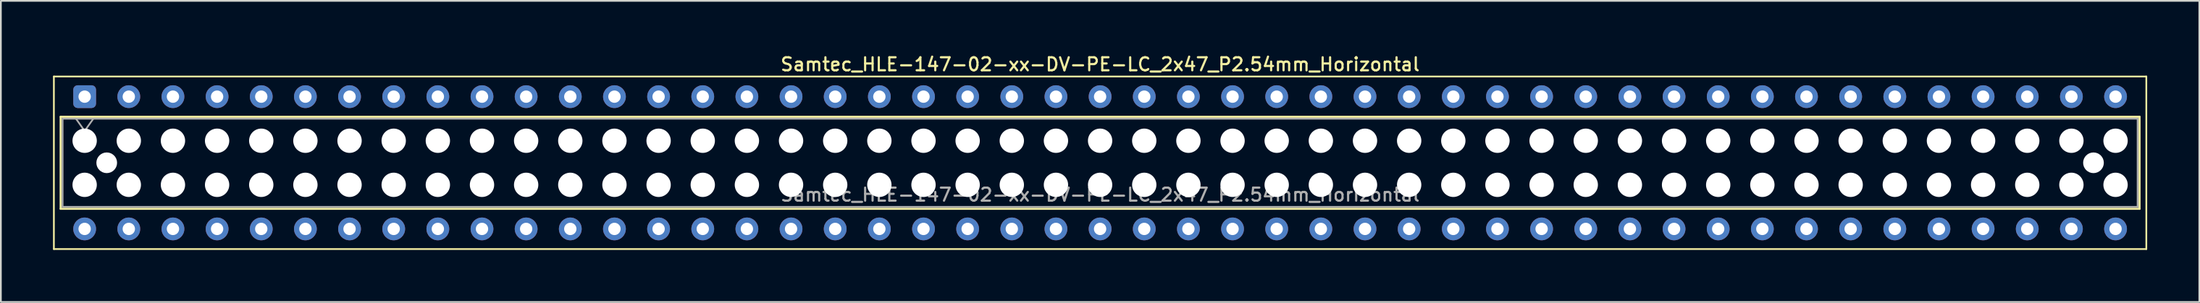
<source format=kicad_pcb>
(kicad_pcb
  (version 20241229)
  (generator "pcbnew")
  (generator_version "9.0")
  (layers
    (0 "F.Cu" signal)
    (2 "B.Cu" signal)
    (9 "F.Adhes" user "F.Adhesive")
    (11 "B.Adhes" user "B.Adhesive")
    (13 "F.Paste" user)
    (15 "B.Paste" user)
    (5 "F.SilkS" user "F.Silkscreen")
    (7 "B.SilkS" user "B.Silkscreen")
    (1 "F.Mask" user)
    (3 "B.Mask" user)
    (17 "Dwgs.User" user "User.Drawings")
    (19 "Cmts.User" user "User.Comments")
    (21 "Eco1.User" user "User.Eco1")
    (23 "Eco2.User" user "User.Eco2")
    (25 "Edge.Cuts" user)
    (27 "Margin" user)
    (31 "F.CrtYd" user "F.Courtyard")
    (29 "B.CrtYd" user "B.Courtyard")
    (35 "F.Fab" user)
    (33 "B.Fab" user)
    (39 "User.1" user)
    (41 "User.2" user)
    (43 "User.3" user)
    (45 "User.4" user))
  (footprint "Samtec_HLE-147-02-xx-DV-PE-LC_2x47_P2.54mm_Horizontal"
    (layer "F.Cu")
    (at 1.82 2.518)
    (property "Reference" "Samtec_HLE-147-02-xx-DV-PE-LC_2x47_P2.54mm_Horizontal" (at 58.42 -1.86 0) (layer "F.SilkS") (effects (font (size 0.75 0.75) (thickness 0.125))))
    (attr through_hole)
    (fp_line (start -1.77 -1.16) (end 118.61 -1.16) (stroke (width 0.1) (type solid)) (layer "F.SilkS"))
    (fp_line (start -1.77 8.78) (end -1.77 -1.16) (stroke (width 0.1) (type solid)) (layer "F.SilkS"))
    (fp_line (start -1.38 1.16) (end 118.22 1.16) (stroke (width 0.12) (type solid)) (layer "F.SilkS"))
    (fp_line (start -1.38 6.46) (end -1.38 1.16) (stroke (width 0.12) (type solid)) (layer "F.SilkS"))
    (fp_line (start 118.22 1.16) (end 118.22 6.46) (stroke (width 0.12) (type solid)) (layer "F.SilkS"))
    (fp_line (start 118.22 6.46) (end -1.38 6.46) (stroke (width 0.12) (type solid)) (layer "F.SilkS"))
    (fp_line (start 118.61 -1.16) (end 118.61 8.78) (stroke (width 0.1) (type solid)) (layer "F.SilkS"))
    (fp_line (start 118.61 8.78) (end -1.77 8.78) (stroke (width 0.1) (type solid)) (layer "F.SilkS"))
    (fp_line (start -1.27 1.27) (end 118.11 1.27) (stroke (width 0.1) (type solid)) (layer "F.Fab"))
    (fp_line (start -1.27 6.35) (end -1.27 1.27) (stroke (width 0.1) (type solid)) (layer "F.Fab"))
    (fp_line (start -0.5 1.27) (end 0 1.977) (stroke (width 0.1) (type solid)) (layer "F.Fab"))
    (fp_line (start 0 1.977) (end 0.5 1.27) (stroke (width 0.1) (type solid)) (layer "F.Fab"))
    (fp_line (start 118.11 1.27) (end 118.11 6.35) (stroke (width 0.1) (type solid)) (layer "F.Fab"))
    (fp_line (start 118.11 6.35) (end -1.27 6.35) (stroke (width 0.1) (type solid)) (layer "F.Fab"))
    (fp_text user "${REFERENCE}" (at 58.42 5.65 0) (layer "F.Fab") (effects (font (size 0.75 0.75) (thickness 0.125))))
    (pad "" np_thru_hole circle (at 0 2.54) (size 1.4 1.4) (drill 1.4) (layers "*.Cu" "*.Mask"))
    (pad "" np_thru_hole circle (at 0 5.08) (size 1.4 1.4) (drill 1.4) (layers "*.Cu" "*.Mask"))
    (pad "" np_thru_hole circle (at 1.27 3.81) (size 1.19 1.19) (drill 1.19) (layers "*.Cu" "*.Mask"))
    (pad "" np_thru_hole circle (at 2.54 2.54) (size 1.4 1.4) (drill 1.4) (layers "*.Cu" "*.Mask"))
    (pad "" np_thru_hole circle (at 2.54 5.08) (size 1.4 1.4) (drill 1.4) (layers "*.Cu" "*.Mask"))
    (pad "" np_thru_hole circle (at 5.08 2.54) (size 1.4 1.4) (drill 1.4) (layers "*.Cu" "*.Mask"))
    (pad "" np_thru_hole circle (at 5.08 5.08) (size 1.4 1.4) (drill 1.4) (layers "*.Cu" "*.Mask"))
    (pad "" np_thru_hole circle (at 7.62 2.54) (size 1.4 1.4) (drill 1.4) (layers "*.Cu" "*.Mask"))
    (pad "" np_thru_hole circle (at 7.62 5.08) (size 1.4 1.4) (drill 1.4) (layers "*.Cu" "*.Mask"))
    (pad "" np_thru_hole circle (at 10.16 2.54) (size 1.4 1.4) (drill 1.4) (layers "*.Cu" "*.Mask"))
    (pad "" np_thru_hole circle (at 10.16 5.08) (size 1.4 1.4) (drill 1.4) (layers "*.Cu" "*.Mask"))
    (pad "" np_thru_hole circle (at 12.7 2.54) (size 1.4 1.4) (drill 1.4) (layers "*.Cu" "*.Mask"))
    (pad "" np_thru_hole circle (at 12.7 5.08) (size 1.4 1.4) (drill 1.4) (layers "*.Cu" "*.Mask"))
    (pad "" np_thru_hole circle (at 15.24 2.54) (size 1.4 1.4) (drill 1.4) (layers "*.Cu" "*.Mask"))
    (pad "" np_thru_hole circle (at 15.24 5.08) (size 1.4 1.4) (drill 1.4) (layers "*.Cu" "*.Mask"))
    (pad "" np_thru_hole circle (at 17.78 2.54) (size 1.4 1.4) (drill 1.4) (layers "*.Cu" "*.Mask"))
    (pad "" np_thru_hole circle (at 17.78 5.08) (size 1.4 1.4) (drill 1.4) (layers "*.Cu" "*.Mask"))
    (pad "" np_thru_hole circle (at 20.32 2.54) (size 1.4 1.4) (drill 1.4) (layers "*.Cu" "*.Mask"))
    (pad "" np_thru_hole circle (at 20.32 5.08) (size 1.4 1.4) (drill 1.4) (layers "*.Cu" "*.Mask"))
    (pad "" np_thru_hole circle (at 22.86 2.54) (size 1.4 1.4) (drill 1.4) (layers "*.Cu" "*.Mask"))
    (pad "" np_thru_hole circle (at 22.86 5.08) (size 1.4 1.4) (drill 1.4) (layers "*.Cu" "*.Mask"))
    (pad "" np_thru_hole circle (at 25.4 2.54) (size 1.4 1.4) (drill 1.4) (layers "*.Cu" "*.Mask"))
    (pad "" np_thru_hole circle (at 25.4 5.08) (size 1.4 1.4) (drill 1.4) (layers "*.Cu" "*.Mask"))
    (pad "" np_thru_hole circle (at 27.94 2.54) (size 1.4 1.4) (drill 1.4) (layers "*.Cu" "*.Mask"))
    (pad "" np_thru_hole circle (at 27.94 5.08) (size 1.4 1.4) (drill 1.4) (layers "*.Cu" "*.Mask"))
    (pad "" np_thru_hole circle (at 30.48 2.54) (size 1.4 1.4) (drill 1.4) (layers "*.Cu" "*.Mask"))
    (pad "" np_thru_hole circle (at 30.48 5.08) (size 1.4 1.4) (drill 1.4) (layers "*.Cu" "*.Mask"))
    (pad "" np_thru_hole circle (at 33.02 2.54) (size 1.4 1.4) (drill 1.4) (layers "*.Cu" "*.Mask"))
    (pad "" np_thru_hole circle (at 33.02 5.08) (size 1.4 1.4) (drill 1.4) (layers "*.Cu" "*.Mask"))
    (pad "" np_thru_hole circle (at 35.56 2.54) (size 1.4 1.4) (drill 1.4) (layers "*.Cu" "*.Mask"))
    (pad "" np_thru_hole circle (at 35.56 5.08) (size 1.4 1.4) (drill 1.4) (layers "*.Cu" "*.Mask"))
    (pad "" np_thru_hole circle (at 38.1 2.54) (size 1.4 1.4) (drill 1.4) (layers "*.Cu" "*.Mask"))
    (pad "" np_thru_hole circle (at 38.1 5.08) (size 1.4 1.4) (drill 1.4) (layers "*.Cu" "*.Mask"))
    (pad "" np_thru_hole circle (at 40.64 2.54) (size 1.4 1.4) (drill 1.4) (layers "*.Cu" "*.Mask"))
    (pad "" np_thru_hole circle (at 40.64 5.08) (size 1.4 1.4) (drill 1.4) (layers "*.Cu" "*.Mask"))
    (pad "" np_thru_hole circle (at 43.18 2.54) (size 1.4 1.4) (drill 1.4) (layers "*.Cu" "*.Mask"))
    (pad "" np_thru_hole circle (at 43.18 5.08) (size 1.4 1.4) (drill 1.4) (layers "*.Cu" "*.Mask"))
    (pad "" np_thru_hole circle (at 45.72 2.54) (size 1.4 1.4) (drill 1.4) (layers "*.Cu" "*.Mask"))
    (pad "" np_thru_hole circle (at 45.72 5.08) (size 1.4 1.4) (drill 1.4) (layers "*.Cu" "*.Mask"))
    (pad "" np_thru_hole circle (at 48.26 2.54) (size 1.4 1.4) (drill 1.4) (layers "*.Cu" "*.Mask"))
    (pad "" np_thru_hole circle (at 48.26 5.08) (size 1.4 1.4) (drill 1.4) (layers "*.Cu" "*.Mask"))
    (pad "" np_thru_hole circle (at 50.8 2.54) (size 1.4 1.4) (drill 1.4) (layers "*.Cu" "*.Mask"))
    (pad "" np_thru_hole circle (at 50.8 5.08) (size 1.4 1.4) (drill 1.4) (layers "*.Cu" "*.Mask"))
    (pad "" np_thru_hole circle (at 53.34 2.54) (size 1.4 1.4) (drill 1.4) (layers "*.Cu" "*.Mask"))
    (pad "" np_thru_hole circle (at 53.34 5.08) (size 1.4 1.4) (drill 1.4) (layers "*.Cu" "*.Mask"))
    (pad "" np_thru_hole circle (at 55.88 2.54) (size 1.4 1.4) (drill 1.4) (layers "*.Cu" "*.Mask"))
    (pad "" np_thru_hole circle (at 55.88 5.08) (size 1.4 1.4) (drill 1.4) (layers "*.Cu" "*.Mask"))
    (pad "" np_thru_hole circle (at 58.42 2.54) (size 1.4 1.4) (drill 1.4) (layers "*.Cu" "*.Mask"))
    (pad "" np_thru_hole circle (at 58.42 5.08) (size 1.4 1.4) (drill 1.4) (layers "*.Cu" "*.Mask"))
    (pad "" np_thru_hole circle (at 60.96 2.54) (size 1.4 1.4) (drill 1.4) (layers "*.Cu" "*.Mask"))
    (pad "" np_thru_hole circle (at 60.96 5.08) (size 1.4 1.4) (drill 1.4) (layers "*.Cu" "*.Mask"))
    (pad "" np_thru_hole circle (at 63.5 2.54) (size 1.4 1.4) (drill 1.4) (layers "*.Cu" "*.Mask"))
    (pad "" np_thru_hole circle (at 63.5 5.08) (size 1.4 1.4) (drill 1.4) (layers "*.Cu" "*.Mask"))
    (pad "" np_thru_hole circle (at 66.04 2.54) (size 1.4 1.4) (drill 1.4) (layers "*.Cu" "*.Mask"))
    (pad "" np_thru_hole circle (at 66.04 5.08) (size 1.4 1.4) (drill 1.4) (layers "*.Cu" "*.Mask"))
    (pad "" np_thru_hole circle (at 68.58 2.54) (size 1.4 1.4) (drill 1.4) (layers "*.Cu" "*.Mask"))
    (pad "" np_thru_hole circle (at 68.58 5.08) (size 1.4 1.4) (drill 1.4) (layers "*.Cu" "*.Mask"))
    (pad "" np_thru_hole circle (at 71.12 2.54) (size 1.4 1.4) (drill 1.4) (layers "*.Cu" "*.Mask"))
    (pad "" np_thru_hole circle (at 71.12 5.08) (size 1.4 1.4) (drill 1.4) (layers "*.Cu" "*.Mask"))
    (pad "" np_thru_hole circle (at 73.66 2.54) (size 1.4 1.4) (drill 1.4) (layers "*.Cu" "*.Mask"))
    (pad "" np_thru_hole circle (at 73.66 5.08) (size 1.4 1.4) (drill 1.4) (layers "*.Cu" "*.Mask"))
    (pad "" np_thru_hole circle (at 76.2 2.54) (size 1.4 1.4) (drill 1.4) (layers "*.Cu" "*.Mask"))
    (pad "" np_thru_hole circle (at 76.2 5.08) (size 1.4 1.4) (drill 1.4) (layers "*.Cu" "*.Mask"))
    (pad "" np_thru_hole circle (at 78.74 2.54) (size 1.4 1.4) (drill 1.4) (layers "*.Cu" "*.Mask"))
    (pad "" np_thru_hole circle (at 78.74 5.08) (size 1.4 1.4) (drill 1.4) (layers "*.Cu" "*.Mask"))
    (pad "" np_thru_hole circle (at 81.28 2.54) (size 1.4 1.4) (drill 1.4) (layers "*.Cu" "*.Mask"))
    (pad "" np_thru_hole circle (at 81.28 5.08) (size 1.4 1.4) (drill 1.4) (layers "*.Cu" "*.Mask"))
    (pad "" np_thru_hole circle (at 83.82 2.54) (size 1.4 1.4) (drill 1.4) (layers "*.Cu" "*.Mask"))
    (pad "" np_thru_hole circle (at 83.82 5.08) (size 1.4 1.4) (drill 1.4) (layers "*.Cu" "*.Mask"))
    (pad "" np_thru_hole circle (at 86.36 2.54) (size 1.4 1.4) (drill 1.4) (layers "*.Cu" "*.Mask"))
    (pad "" np_thru_hole circle (at 86.36 5.08) (size 1.4 1.4) (drill 1.4) (layers "*.Cu" "*.Mask"))
    (pad "" np_thru_hole circle (at 88.9 2.54) (size 1.4 1.4) (drill 1.4) (layers "*.Cu" "*.Mask"))
    (pad "" np_thru_hole circle (at 88.9 5.08) (size 1.4 1.4) (drill 1.4) (layers "*.Cu" "*.Mask"))
    (pad "" np_thru_hole circle (at 91.44 2.54) (size 1.4 1.4) (drill 1.4) (layers "*.Cu" "*.Mask"))
    (pad "" np_thru_hole circle (at 91.44 5.08) (size 1.4 1.4) (drill 1.4) (layers "*.Cu" "*.Mask"))
    (pad "" np_thru_hole circle (at 93.98 2.54) (size 1.4 1.4) (drill 1.4) (layers "*.Cu" "*.Mask"))
    (pad "" np_thru_hole circle (at 93.98 5.08) (size 1.4 1.4) (drill 1.4) (layers "*.Cu" "*.Mask"))
    (pad "" np_thru_hole circle (at 96.52 2.54) (size 1.4 1.4) (drill 1.4) (layers "*.Cu" "*.Mask"))
    (pad "" np_thru_hole circle (at 96.52 5.08) (size 1.4 1.4) (drill 1.4) (layers "*.Cu" "*.Mask"))
    (pad "" np_thru_hole circle (at 99.06 2.54) (size 1.4 1.4) (drill 1.4) (layers "*.Cu" "*.Mask"))
    (pad "" np_thru_hole circle (at 99.06 5.08) (size 1.4 1.4) (drill 1.4) (layers "*.Cu" "*.Mask"))
    (pad "" np_thru_hole circle (at 101.6 2.54) (size 1.4 1.4) (drill 1.4) (layers "*.Cu" "*.Mask"))
    (pad "" np_thru_hole circle (at 101.6 5.08) (size 1.4 1.4) (drill 1.4) (layers "*.Cu" "*.Mask"))
    (pad "" np_thru_hole circle (at 104.14 2.54) (size 1.4 1.4) (drill 1.4) (layers "*.Cu" "*.Mask"))
    (pad "" np_thru_hole circle (at 104.14 5.08) (size 1.4 1.4) (drill 1.4) (layers "*.Cu" "*.Mask"))
    (pad "" np_thru_hole circle (at 106.68 2.54) (size 1.4 1.4) (drill 1.4) (layers "*.Cu" "*.Mask"))
    (pad "" np_thru_hole circle (at 106.68 5.08) (size 1.4 1.4) (drill 1.4) (layers "*.Cu" "*.Mask"))
    (pad "" np_thru_hole circle (at 109.22 2.54) (size 1.4 1.4) (drill 1.4) (layers "*.Cu" "*.Mask"))
    (pad "" np_thru_hole circle (at 109.22 5.08) (size 1.4 1.4) (drill 1.4) (layers "*.Cu" "*.Mask"))
    (pad "" np_thru_hole circle (at 111.76 2.54) (size 1.4 1.4) (drill 1.4) (layers "*.Cu" "*.Mask"))
    (pad "" np_thru_hole circle (at 111.76 5.08) (size 1.4 1.4) (drill 1.4) (layers "*.Cu" "*.Mask"))
    (pad "" np_thru_hole circle (at 114.3 2.54) (size 1.4 1.4) (drill 1.4) (layers "*.Cu" "*.Mask"))
    (pad "" np_thru_hole circle (at 114.3 5.08) (size 1.4 1.4) (drill 1.4) (layers "*.Cu" "*.Mask"))
    (pad "" np_thru_hole circle (at 115.57 3.81) (size 1.19 1.19) (drill 1.19) (layers "*.Cu" "*.Mask"))
    (pad "" np_thru_hole circle (at 116.84 2.54) (size 1.4 1.4) (drill 1.4) (layers "*.Cu" "*.Mask"))
    (pad "" np_thru_hole circle (at 116.84 5.08) (size 1.4 1.4) (drill 1.4) (layers "*.Cu" "*.Mask"))
    (pad "1" thru_hole roundrect (at 0 0) (size 1.31 1.31) (drill 0.71) (layers "*.Cu" "*.Mask") (roundrect_rratio 0.191))
    (pad "2" thru_hole circle (at 0 7.62) (size 1.31 1.31) (drill 0.71) (layers "*.Cu" "*.Mask"))
    (pad "3" thru_hole circle (at 2.54 0) (size 1.31 1.31) (drill 0.71) (layers "*.Cu" "*.Mask"))
    (pad "4" thru_hole circle (at 2.54 7.62) (size 1.31 1.31) (drill 0.71) (layers "*.Cu" "*.Mask"))
    (pad "5" thru_hole circle (at 5.08 0) (size 1.31 1.31) (drill 0.71) (layers "*.Cu" "*.Mask"))
    (pad "6" thru_hole circle (at 5.08 7.62) (size 1.31 1.31) (drill 0.71) (layers "*.Cu" "*.Mask"))
    (pad "7" thru_hole circle (at 7.62 0) (size 1.31 1.31) (drill 0.71) (layers "*.Cu" "*.Mask"))
    (pad "8" thru_hole circle (at 7.62 7.62) (size 1.31 1.31) (drill 0.71) (layers "*.Cu" "*.Mask"))
    (pad "9" thru_hole circle (at 10.16 0) (size 1.31 1.31) (drill 0.71) (layers "*.Cu" "*.Mask"))
    (pad "10" thru_hole circle (at 10.16 7.62) (size 1.31 1.31) (drill 0.71) (layers "*.Cu" "*.Mask"))
    (pad "11" thru_hole circle (at 12.7 0) (size 1.31 1.31) (drill 0.71) (layers "*.Cu" "*.Mask"))
    (pad "12" thru_hole circle (at 12.7 7.62) (size 1.31 1.31) (drill 0.71) (layers "*.Cu" "*.Mask"))
    (pad "13" thru_hole circle (at 15.24 0) (size 1.31 1.31) (drill 0.71) (layers "*.Cu" "*.Mask"))
    (pad "14" thru_hole circle (at 15.24 7.62) (size 1.31 1.31) (drill 0.71) (layers "*.Cu" "*.Mask"))
    (pad "15" thru_hole circle (at 17.78 0) (size 1.31 1.31) (drill 0.71) (layers "*.Cu" "*.Mask"))
    (pad "16" thru_hole circle (at 17.78 7.62) (size 1.31 1.31) (drill 0.71) (layers "*.Cu" "*.Mask"))
    (pad "17" thru_hole circle (at 20.32 0) (size 1.31 1.31) (drill 0.71) (layers "*.Cu" "*.Mask"))
    (pad "18" thru_hole circle (at 20.32 7.62) (size 1.31 1.31) (drill 0.71) (layers "*.Cu" "*.Mask"))
    (pad "19" thru_hole circle (at 22.86 0) (size 1.31 1.31) (drill 0.71) (layers "*.Cu" "*.Mask"))
    (pad "20" thru_hole circle (at 22.86 7.62) (size 1.31 1.31) (drill 0.71) (layers "*.Cu" "*.Mask"))
    (pad "21" thru_hole circle (at 25.4 0) (size 1.31 1.31) (drill 0.71) (layers "*.Cu" "*.Mask"))
    (pad "22" thru_hole circle (at 25.4 7.62) (size 1.31 1.31) (drill 0.71) (layers "*.Cu" "*.Mask"))
    (pad "23" thru_hole circle (at 27.94 0) (size 1.31 1.31) (drill 0.71) (layers "*.Cu" "*.Mask"))
    (pad "24" thru_hole circle (at 27.94 7.62) (size 1.31 1.31) (drill 0.71) (layers "*.Cu" "*.Mask"))
    (pad "25" thru_hole circle (at 30.48 0) (size 1.31 1.31) (drill 0.71) (layers "*.Cu" "*.Mask"))
    (pad "26" thru_hole circle (at 30.48 7.62) (size 1.31 1.31) (drill 0.71) (layers "*.Cu" "*.Mask"))
    (pad "27" thru_hole circle (at 33.02 0) (size 1.31 1.31) (drill 0.71) (layers "*.Cu" "*.Mask"))
    (pad "28" thru_hole circle (at 33.02 7.62) (size 1.31 1.31) (drill 0.71) (layers "*.Cu" "*.Mask"))
    (pad "29" thru_hole circle (at 35.56 0) (size 1.31 1.31) (drill 0.71) (layers "*.Cu" "*.Mask"))
    (pad "30" thru_hole circle (at 35.56 7.62) (size 1.31 1.31) (drill 0.71) (layers "*.Cu" "*.Mask"))
    (pad "31" thru_hole circle (at 38.1 0) (size 1.31 1.31) (drill 0.71) (layers "*.Cu" "*.Mask"))
    (pad "32" thru_hole circle (at 38.1 7.62) (size 1.31 1.31) (drill 0.71) (layers "*.Cu" "*.Mask"))
    (pad "33" thru_hole circle (at 40.64 0) (size 1.31 1.31) (drill 0.71) (layers "*.Cu" "*.Mask"))
    (pad "34" thru_hole circle (at 40.64 7.62) (size 1.31 1.31) (drill 0.71) (layers "*.Cu" "*.Mask"))
    (pad "35" thru_hole circle (at 43.18 0) (size 1.31 1.31) (drill 0.71) (layers "*.Cu" "*.Mask"))
    (pad "36" thru_hole circle (at 43.18 7.62) (size 1.31 1.31) (drill 0.71) (layers "*.Cu" "*.Mask"))
    (pad "37" thru_hole circle (at 45.72 0) (size 1.31 1.31) (drill 0.71) (layers "*.Cu" "*.Mask"))
    (pad "38" thru_hole circle (at 45.72 7.62) (size 1.31 1.31) (drill 0.71) (layers "*.Cu" "*.Mask"))
    (pad "39" thru_hole circle (at 48.26 0) (size 1.31 1.31) (drill 0.71) (layers "*.Cu" "*.Mask"))
    (pad "40" thru_hole circle (at 48.26 7.62) (size 1.31 1.31) (drill 0.71) (layers "*.Cu" "*.Mask"))
    (pad "41" thru_hole circle (at 50.8 0) (size 1.31 1.31) (drill 0.71) (layers "*.Cu" "*.Mask"))
    (pad "42" thru_hole circle (at 50.8 7.62) (size 1.31 1.31) (drill 0.71) (layers "*.Cu" "*.Mask"))
    (pad "43" thru_hole circle (at 53.34 0) (size 1.31 1.31) (drill 0.71) (layers "*.Cu" "*.Mask"))
    (pad "44" thru_hole circle (at 53.34 7.62) (size 1.31 1.31) (drill 0.71) (layers "*.Cu" "*.Mask"))
    (pad "45" thru_hole circle (at 55.88 0) (size 1.31 1.31) (drill 0.71) (layers "*.Cu" "*.Mask"))
    (pad "46" thru_hole circle (at 55.88 7.62) (size 1.31 1.31) (drill 0.71) (layers "*.Cu" "*.Mask"))
    (pad "47" thru_hole circle (at 58.42 0) (size 1.31 1.31) (drill 0.71) (layers "*.Cu" "*.Mask"))
    (pad "48" thru_hole circle (at 58.42 7.62) (size 1.31 1.31) (drill 0.71) (layers "*.Cu" "*.Mask"))
    (pad "49" thru_hole circle (at 60.96 0) (size 1.31 1.31) (drill 0.71) (layers "*.Cu" "*.Mask"))
    (pad "50" thru_hole circle (at 60.96 7.62) (size 1.31 1.31) (drill 0.71) (layers "*.Cu" "*.Mask"))
    (pad "51" thru_hole circle (at 63.5 0) (size 1.31 1.31) (drill 0.71) (layers "*.Cu" "*.Mask"))
    (pad "52" thru_hole circle (at 63.5 7.62) (size 1.31 1.31) (drill 0.71) (layers "*.Cu" "*.Mask"))
    (pad "53" thru_hole circle (at 66.04 0) (size 1.31 1.31) (drill 0.71) (layers "*.Cu" "*.Mask"))
    (pad "54" thru_hole circle (at 66.04 7.62) (size 1.31 1.31) (drill 0.71) (layers "*.Cu" "*.Mask"))
    (pad "55" thru_hole circle (at 68.58 0) (size 1.31 1.31) (drill 0.71) (layers "*.Cu" "*.Mask"))
    (pad "56" thru_hole circle (at 68.58 7.62) (size 1.31 1.31) (drill 0.71) (layers "*.Cu" "*.Mask"))
    (pad "57" thru_hole circle (at 71.12 0) (size 1.31 1.31) (drill 0.71) (layers "*.Cu" "*.Mask"))
    (pad "58" thru_hole circle (at 71.12 7.62) (size 1.31 1.31) (drill 0.71) (layers "*.Cu" "*.Mask"))
    (pad "59" thru_hole circle (at 73.66 0) (size 1.31 1.31) (drill 0.71) (layers "*.Cu" "*.Mask"))
    (pad "60" thru_hole circle (at 73.66 7.62) (size 1.31 1.31) (drill 0.71) (layers "*.Cu" "*.Mask"))
    (pad "61" thru_hole circle (at 76.2 0) (size 1.31 1.31) (drill 0.71) (layers "*.Cu" "*.Mask"))
    (pad "62" thru_hole circle (at 76.2 7.62) (size 1.31 1.31) (drill 0.71) (layers "*.Cu" "*.Mask"))
    (pad "63" thru_hole circle (at 78.74 0) (size 1.31 1.31) (drill 0.71) (layers "*.Cu" "*.Mask"))
    (pad "64" thru_hole circle (at 78.74 7.62) (size 1.31 1.31) (drill 0.71) (layers "*.Cu" "*.Mask"))
    (pad "65" thru_hole circle (at 81.28 0) (size 1.31 1.31) (drill 0.71) (layers "*.Cu" "*.Mask"))
    (pad "66" thru_hole circle (at 81.28 7.62) (size 1.31 1.31) (drill 0.71) (layers "*.Cu" "*.Mask"))
    (pad "67" thru_hole circle (at 83.82 0) (size 1.31 1.31) (drill 0.71) (layers "*.Cu" "*.Mask"))
    (pad "68" thru_hole circle (at 83.82 7.62) (size 1.31 1.31) (drill 0.71) (layers "*.Cu" "*.Mask"))
    (pad "69" thru_hole circle (at 86.36 0) (size 1.31 1.31) (drill 0.71) (layers "*.Cu" "*.Mask"))
    (pad "70" thru_hole circle (at 86.36 7.62) (size 1.31 1.31) (drill 0.71) (layers "*.Cu" "*.Mask"))
    (pad "71" thru_hole circle (at 88.9 0) (size 1.31 1.31) (drill 0.71) (layers "*.Cu" "*.Mask"))
    (pad "72" thru_hole circle (at 88.9 7.62) (size 1.31 1.31) (drill 0.71) (layers "*.Cu" "*.Mask"))
    (pad "73" thru_hole circle (at 91.44 0) (size 1.31 1.31) (drill 0.71) (layers "*.Cu" "*.Mask"))
    (pad "74" thru_hole circle (at 91.44 7.62) (size 1.31 1.31) (drill 0.71) (layers "*.Cu" "*.Mask"))
    (pad "75" thru_hole circle (at 93.98 0) (size 1.31 1.31) (drill 0.71) (layers "*.Cu" "*.Mask"))
    (pad "76" thru_hole circle (at 93.98 7.62) (size 1.31 1.31) (drill 0.71) (layers "*.Cu" "*.Mask"))
    (pad "77" thru_hole circle (at 96.52 0) (size 1.31 1.31) (drill 0.71) (layers "*.Cu" "*.Mask"))
    (pad "78" thru_hole circle (at 96.52 7.62) (size 1.31 1.31) (drill 0.71) (layers "*.Cu" "*.Mask"))
    (pad "79" thru_hole circle (at 99.06 0) (size 1.31 1.31) (drill 0.71) (layers "*.Cu" "*.Mask"))
    (pad "80" thru_hole circle (at 99.06 7.62) (size 1.31 1.31) (drill 0.71) (layers "*.Cu" "*.Mask"))
    (pad "81" thru_hole circle (at 101.6 0) (size 1.31 1.31) (drill 0.71) (layers "*.Cu" "*.Mask"))
    (pad "82" thru_hole circle (at 101.6 7.62) (size 1.31 1.31) (drill 0.71) (layers "*.Cu" "*.Mask"))
    (pad "83" thru_hole circle (at 104.14 0) (size 1.31 1.31) (drill 0.71) (layers "*.Cu" "*.Mask"))
    (pad "84" thru_hole circle (at 104.14 7.62) (size 1.31 1.31) (drill 0.71) (layers "*.Cu" "*.Mask"))
    (pad "85" thru_hole circle (at 106.68 0) (size 1.31 1.31) (drill 0.71) (layers "*.Cu" "*.Mask"))
    (pad "86" thru_hole circle (at 106.68 7.62) (size 1.31 1.31) (drill 0.71) (layers "*.Cu" "*.Mask"))
    (pad "87" thru_hole circle (at 109.22 0) (size 1.31 1.31) (drill 0.71) (layers "*.Cu" "*.Mask"))
    (pad "88" thru_hole circle (at 109.22 7.62) (size 1.31 1.31) (drill 0.71) (layers "*.Cu" "*.Mask"))
    (pad "89" thru_hole circle (at 111.76 0) (size 1.31 1.31) (drill 0.71) (layers "*.Cu" "*.Mask"))
    (pad "90" thru_hole circle (at 111.76 7.62) (size 1.31 1.31) (drill 0.71) (layers "*.Cu" "*.Mask"))
    (pad "91" thru_hole circle (at 114.3 0) (size 1.31 1.31) (drill 0.71) (layers "*.Cu" "*.Mask"))
    (pad "92" thru_hole circle (at 114.3 7.62) (size 1.31 1.31) (drill 0.71) (layers "*.Cu" "*.Mask"))
    (pad "93" thru_hole circle (at 116.84 0) (size 1.31 1.31) (drill 0.71) (layers "*.Cu" "*.Mask"))
    (pad "94" thru_hole circle (at 116.84 7.62) (size 1.31 1.31) (drill 0.71) (layers "*.Cu" "*.Mask")))
  (gr_rect
    (start -3 -3)
    (end 123.48 14.348)
    (stroke (width 0.1) (type default))
    (fill no)
    (layer "Edge.Cuts")))
</source>
